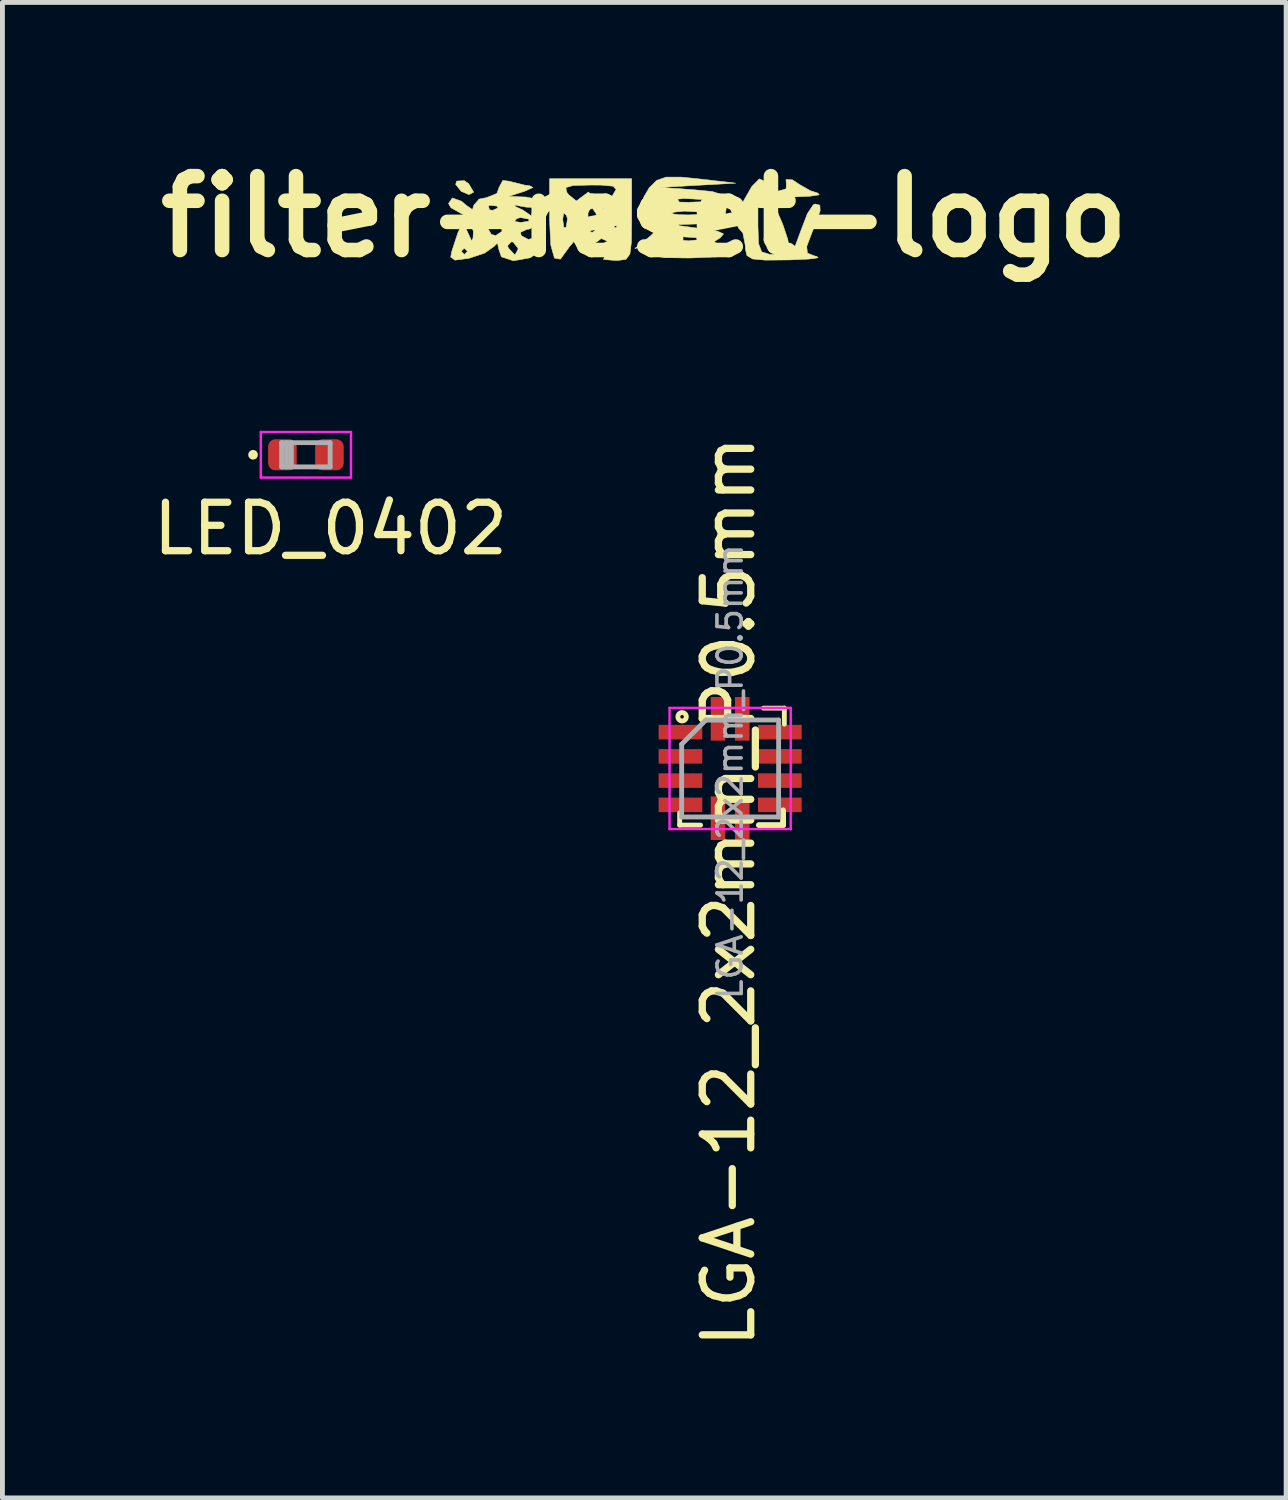
<source format=kicad_pcb>
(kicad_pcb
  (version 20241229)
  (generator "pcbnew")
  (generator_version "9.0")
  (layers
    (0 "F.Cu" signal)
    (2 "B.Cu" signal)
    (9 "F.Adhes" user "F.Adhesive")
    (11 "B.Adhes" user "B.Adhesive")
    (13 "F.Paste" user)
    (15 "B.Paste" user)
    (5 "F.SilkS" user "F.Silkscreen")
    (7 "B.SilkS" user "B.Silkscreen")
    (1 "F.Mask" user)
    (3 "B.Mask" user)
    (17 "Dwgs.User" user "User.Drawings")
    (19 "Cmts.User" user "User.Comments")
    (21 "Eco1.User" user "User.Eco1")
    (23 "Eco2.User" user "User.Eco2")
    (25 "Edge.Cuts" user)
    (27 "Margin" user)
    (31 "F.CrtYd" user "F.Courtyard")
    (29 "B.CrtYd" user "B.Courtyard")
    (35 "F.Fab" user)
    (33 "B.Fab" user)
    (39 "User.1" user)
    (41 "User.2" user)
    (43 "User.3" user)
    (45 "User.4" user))
  (footprint "LED_0402"
    (layer "F.Cu")
    (at 3.26 6.331)
    (property "Reference" "LED_0402" (at 0.508 1.524 0) (layer "F.SilkS") (effects (font (size 1 1) (thickness 0.15))))
    (attr through_hole)
    (fp_circle (center -1.09 0) (end -1.04 0) (stroke (width 0.1) (type solid)) (fill no) (layer "F.SilkS"))
    (fp_line (start -0.93 -0.47) (end 0.93 -0.47) (stroke (width 0.05) (type solid)) (layer "F.CrtYd"))
    (fp_line (start -0.93 0.47) (end -0.93 -0.47) (stroke (width 0.05) (type solid)) (layer "F.CrtYd"))
    (fp_line (start 0.93 -0.47) (end 0.93 0.47) (stroke (width 0.05) (type solid)) (layer "F.CrtYd"))
    (fp_line (start 0.93 0.47) (end -0.93 0.47) (stroke (width 0.05) (type solid)) (layer "F.CrtYd"))
    (fp_line (start -0.5 -0.25) (end 0.5 -0.25) (stroke (width 0.1) (type solid)) (layer "F.Fab"))
    (fp_line (start -0.5 0.25) (end -0.5 -0.25) (stroke (width 0.1) (type solid)) (layer "F.Fab"))
    (fp_line (start -0.4 0.25) (end -0.4 -0.25) (stroke (width 0.1) (type solid)) (layer "F.Fab"))
    (fp_line (start -0.3 0.25) (end -0.3 -0.25) (stroke (width 0.1) (type solid)) (layer "F.Fab"))
    (fp_line (start 0.5 -0.25) (end 0.5 0.25) (stroke (width 0.1) (type solid)) (layer "F.Fab"))
    (fp_line (start 0.5 0.25) (end -0.5 0.25) (stroke (width 0.1) (type solid)) (layer "F.Fab"))
    (pad "A" smd roundrect (at -0.485 0) (size 0.59 0.64) (layers "F.Cu" "F.Mask" "F.Paste") (roundrect_rratio 0.25))
    (pad "K" smd roundrect (at 0.485 0) (size 0.59 0.64) (layers "F.Cu" "F.Mask" "F.Paste") (roundrect_rratio 0.25)))
  (footprint "LGA-12_2x2mm_P0.5mm"
    (layer "F.Cu")
    (at 12.011 12.802)
    (property "Reference" "LGA-12_2x2mm_P0.5mm" (at -0.03 2.54 90) (layer "F.SilkS") (effects (font (size 1 1) (thickness 0.15))))
    (attr smd)
    (fp_line (start -1.041 0.914) (end -1.041 1.168) (stroke (width 0.1) (type solid)) (layer "F.SilkS"))
    (fp_line (start -1.041 1.168) (end -0.61 1.168) (stroke (width 0.1) (type solid)) (layer "F.SilkS"))
    (fp_line (start 1.092 0.864) (end 1.092 1.168) (stroke (width 0.12) (type solid)) (layer "F.SilkS"))
    (fp_line (start 1.092 1.168) (end 0.592 1.168) (stroke (width 0.12) (type solid)) (layer "F.SilkS"))
    (fp_line (start 1.118 -1.245) (end 0.686 -1.245) (stroke (width 0.1) (type solid)) (layer "F.SilkS"))
    (fp_line (start 1.118 -0.914) (end 1.118 -1.245) (stroke (width 0.1) (type solid)) (layer "F.SilkS"))
    (fp_circle (center -0.991 -1.067) (end -0.965 -1.041) (stroke (width 0.1) (type solid)) (fill no) (layer "F.SilkS"))
    (fp_line (start -1.25 -1.25) (end 1.25 -1.25) (stroke (width 0.05) (type solid)) (layer "F.CrtYd"))
    (fp_line (start -1.25 1.25) (end -1.25 -1.25) (stroke (width 0.05) (type solid)) (layer "F.CrtYd"))
    (fp_line (start 1.25 -1.25) (end 1.25 1.25) (stroke (width 0.05) (type solid)) (layer "F.CrtYd"))
    (fp_line (start 1.25 1.25) (end -1.25 1.25) (stroke (width 0.05) (type solid)) (layer "F.CrtYd"))
    (fp_line (start -1 -0.5) (end -0.5 -1) (stroke (width 0.1) (type solid)) (layer "F.Fab"))
    (fp_line (start -1 1) (end -1 -0.5) (stroke (width 0.1) (type solid)) (layer "F.Fab"))
    (fp_line (start -0.5 -1) (end 1 -1) (stroke (width 0.1) (type solid)) (layer "F.Fab"))
    (fp_line (start 1 -1) (end 1 1) (stroke (width 0.1) (type solid)) (layer "F.Fab"))
    (fp_line (start 1 1) (end -1 1) (stroke (width 0.1) (type solid)) (layer "F.Fab"))
    (fp_text user "${REFERENCE}" (at 0 0.068 90) (layer "F.Fab") (effects (font (size 0.5 0.5) (thickness 0.075))))
    (pad "1" smd rect (at -1.025 -0.75) (size 0.9 0.3) (layers "F.Cu" "F.Mask" "F.Paste"))
    (pad "2" smd rect (at -1.025 -0.25) (size 0.9 0.3) (layers "F.Cu" "F.Mask" "F.Paste"))
    (pad "3" smd rect (at -1.025 0.25) (size 0.9 0.3) (layers "F.Cu" "F.Mask" "F.Paste"))
    (pad "4" smd rect (at -1.025 0.75) (size 0.9 0.3) (layers "F.Cu" "F.Mask" "F.Paste"))
    (pad "5" smd rect (at -0.25 1.025 90) (size 0.9 0.3) (layers "F.Cu" "F.Mask" "F.Paste"))
    (pad "6" smd rect (at 0.25 1.025 90) (size 0.9 0.3) (layers "F.Cu" "F.Mask" "F.Paste"))
    (pad "7" smd rect (at 1.025 0.75) (size 0.9 0.3) (layers "F.Cu" "F.Mask" "F.Paste"))
    (pad "8" smd rect (at 1.025 0.25) (size 0.9 0.3) (layers "F.Cu" "F.Mask" "F.Paste"))
    (pad "9" smd rect (at 1.025 -0.25) (size 0.9 0.3) (layers "F.Cu" "F.Mask" "F.Paste"))
    (pad "10" smd rect (at 1.025 -0.75) (size 0.9 0.3) (layers "F.Cu" "F.Mask" "F.Paste"))
    (pad "11" smd rect (at 0.25 -1.025 90) (size 0.9 0.3) (layers "F.Cu" "F.Mask" "F.Paste"))
    (pad "12" smd rect (at -0.25 -1.025 90) (size 0.9 0.3) (layers "F.Cu" "F.Mask" "F.Paste")))
  (footprint "filter-reset-logo"
    (layer "F.Cu")
    (at 10.24 1.418)
    (property "Reference" "filter-reset-logo" (at 0 0 0) (layer "F.SilkS") (effects (font (size 1.524 1.524) (thickness 0.3))))
    (attr through_hole)
    (fp_poly (pts (xy -3.621 -0.677) (xy -3.52 -0.504) (xy -3.617 -0.453) (xy -3.777 -0.521) (xy -3.891 -0.665) (xy -3.869 -0.733) (xy -3.711 -0.741) (xy -3.621 -0.677)) (stroke (width 0.01) (type solid)) (fill yes) (layer "F.SilkS"))
    (fp_poly (pts (xy 2.729 -0.134) (xy 2.853 0.15) (xy 2.96 0.469) (xy 2.985 0.612) (xy 2.933 0.65) (xy 2.887 0.651) (xy 2.782 0.54) (xy 2.662 0.265) (xy 2.639 0.195) (xy 2.571 -0.139) (xy 2.614 -0.251) (xy 2.729 -0.134)) (stroke (width 0.01) (type solid)) (fill yes) (layer "F.SilkS"))
    (fp_poly (pts (xy 2.464 -0.738) (xy 2.475 -0.651) (xy 2.584 -0.546) (xy 2.743 -0.521) (xy 2.923 -0.571) (xy 2.931 -0.651) (xy 2.923 -0.766) (xy 3.056 -0.759) (xy 3.198 -0.664) (xy 3.422 -0.536) (xy 3.582 -0.484) (xy 3.608 -0.449) (xy 3.415 -0.42) (xy 3.094 -0.406) (xy 2.345 -0.391) (xy 2.345 0.195) (xy 2.357 0.556) (xy 2.422 0.727) (xy 2.586 0.778) (xy 2.715 0.782) (xy 2.965 0.745) (xy 3.119 0.59) (xy 3.241 0.261) (xy 3.365 -0.062) (xy 3.487 -0.245) (xy 3.522 -0.261) (xy 3.622 -0.236) (xy 3.628 -0.121) (xy 3.535 0.143) (xy 3.462 0.322) (xy 3.351 0.616) (xy 3.365 0.753) (xy 3.517 0.813) (xy 3.559 0.821) (xy 3.585 0.85) (xy 3.392 0.876) (xy 3.02 0.893) (xy 2.963 0.894) (xy 2.498 0.898) (xy 2.234 0.874) (xy 2.116 0.802) (xy 2.085 0.663) (xy 2.084 0.597) (xy 2.033 0.337) (xy 1.942 0.235) (xy 1.893 0.092) (xy 2.006 -0.243) (xy 2.032 -0.297) (xy 2.218 -0.622) (xy 2.373 -0.778) (xy 2.464 -0.738)) (stroke (width 0.01) (type solid)) (fill yes) (layer "F.SilkS"))
    (fp_poly (pts (xy -0.261 0.065) (xy -0.265 0.52) (xy -0.296 0.772) (xy -0.377 0.881) (xy -0.535 0.904) (xy -0.619 0.903) (xy -0.841 0.884) (xy -0.822 0.836) (xy -0.736 0.799) (xy -0.573 0.703) (xy -0.647 0.58) (xy -0.692 0.541) (xy -0.888 0.451) (xy -0.977 0.521) (xy -1.113 0.594) (xy -1.24 0.519) (xy -1.405 0.461) (xy -1.552 0.63) (xy -1.559 0.643) (xy -1.73 0.878) (xy -1.853 0.858) (xy -1.929 0.586) (xy -1.954 0.065) (xy -1.954 0.054) (xy -1.683 0.054) (xy -1.659 0.223) (xy -1.615 0.225) (xy -1.59 0.086) (xy -1.232 0.086) (xy -1.185 0.268) (xy -1.076 0.326) (xy -1.02 0.291) (xy -0.962 0.085) (xy -0.969 0.054) (xy -0.641 0.054) (xy -0.617 0.223) (xy -0.573 0.225) (xy -0.541 0.051) (xy -0.562 -0.024) (xy -0.62 -0.074) (xy -0.641 0.054) (xy -0.969 0.054) (xy -0.991 -0.054) (xy -1.087 -0.197) (xy -1.178 -0.12) (xy -1.232 0.086) (xy -1.59 0.086) (xy -1.584 0.051) (xy -1.604 -0.024) (xy -1.662 -0.074) (xy -1.683 0.054) (xy -1.954 0.054) (xy -1.954 -0.598) (xy -1.618 -0.598) (xy -1.598 -0.501) (xy -1.558 -0.45) (xy -1.401 -0.322) (xy -1.275 -0.417) (xy -1.275 -0.417) (xy -1.153 -0.507) (xy -1.01 -0.369) (xy -1.007 -0.364) (xy -0.882 -0.197) (xy -0.847 -0.169) (xy -0.771 -0.279) (xy -0.664 -0.423) (xy -0.582 -0.56) (xy -0.643 -0.627) (xy -0.894 -0.65) (xy -1.107 -0.651) (xy -1.47 -0.641) (xy -1.618 -0.598) (xy -1.954 -0.598) (xy -1.954 -0.782) (xy -0.261 -0.782) (xy -0.261 0.065)) (stroke (width 0.01) (type solid)) (fill yes) (layer "F.SilkS"))
    (fp_poly (pts (xy 0.769 -0.814) (xy 1.107 -0.78) (xy 1.889 -0.69) (xy 1.107 -0.646) (xy 0.326 -0.603) (xy 1.009 -0.555) (xy 1.409 -0.516) (xy 1.613 -0.448) (xy 1.686 -0.316) (xy 1.693 -0.189) (xy 1.664 0.014) (xy 1.529 0.111) (xy 1.217 0.147) (xy 1.14 0.15) (xy 0.586 0.169) (xy 1.172 0.248) (xy 1.516 0.302) (xy 1.635 0.357) (xy 1.565 0.438) (xy 1.498 0.48) (xy 1.317 0.603) (xy 1.369 0.68) (xy 1.522 0.741) (xy 1.587 0.799) (xy 1.404 0.836) (xy 0.968 0.853) (xy 0.891 0.854) (xy 0.441 0.847) (xy 0.217 0.816) (xy 0.235 0.766) (xy 0.248 0.761) (xy 0.487 0.635) (xy 0.483 0.554) (xy 0.254 0.557) (xy 0.163 0.575) (xy -0.195 0.658) (xy 0.024 0.482) (xy 0.733 0.482) (xy 0.912 0.5) (xy 1.097 0.48) (xy 1.075 0.435) (xy 0.808 0.418) (xy 0.749 0.435) (xy 0.733 0.482) (xy 0.024 0.482) (xy 0.13 0.397) (xy 0.306 0.222) (xy 0.309 0.135) (xy 0.293 0.133) (xy 0.147 0.026) (xy 0.13 -0.054) (xy 0.128 -0.06) (xy 0.557 -0.06) (xy 0.721 -0.039) (xy 0.912 -0.035) (xy 1.194 -0.046) (xy 1.271 -0.072) (xy 1.205 -0.092) (xy 0.825 -0.113) (xy 0.619 -0.092) (xy 0.557 -0.06) (xy 0.128 -0.06) (xy 0.057 -0.249) (xy 0.006 -0.282) (xy -0.000289 -0.32) (xy 0.557 -0.32) (xy 0.721 -0.3) (xy 0.912 -0.296) (xy 1.194 -0.306) (xy 1.271 -0.332) (xy 1.205 -0.352) (xy 0.825 -0.374) (xy 0.619 -0.352) (xy 0.557 -0.32) (xy -0.000289 -0.32) (xy -0.014 -0.398) (xy 0.104 -0.598) (xy 0.258 -0.748) (xy 0.453 -0.815) (xy 0.769 -0.814)) (stroke (width 0.01) (type solid)) (fill yes) (layer "F.SilkS"))
    (fp_poly (pts (xy -2.79 -0.73) (xy -2.471 -0.65) (xy -2.367 -0.638) (xy -2.297 -0.601) (xy -2.467 -0.524) (xy -2.475 -0.521) (xy -2.801 -0.417) (xy -2.442 -0.404) (xy -2.182 -0.353) (xy -2.084 -0.258) (xy -2.194 -0.183) (xy -2.442 -0.196) (xy -2.674 -0.237) (xy -2.665 -0.21) (xy -2.507 -0.137) (xy -2.276 0.022) (xy -2.225 0.176) (xy -2.371 0.258) (xy -2.417 0.261) (xy -2.552 0.325) (xy -2.539 0.393) (xy -2.388 0.472) (xy -2.345 0.456) (xy -2.187 0.481) (xy -2.142 0.533) (xy -2.149 0.71) (xy -2.354 0.85) (xy -2.692 0.91) (xy -2.703 0.91) (xy -2.947 0.83) (xy -2.998 0.684) (xy -3.016 0.601) (xy -2.821 0.601) (xy -2.801 0.651) (xy -2.683 0.776) (xy -2.663 0.782) (xy -2.607 0.681) (xy -2.605 0.651) (xy -2.705 0.526) (xy -2.743 0.521) (xy -2.821 0.601) (xy -3.016 0.601) (xy -3.029 0.545) (xy -3.102 0.617) (xy -3.293 0.753) (xy -3.612 0.859) (xy -3.623 0.861) (xy -3.904 0.898) (xy -3.993 0.836) (xy -3.975 0.733) (xy -3.97 0.716) (xy -3.777 0.716) (xy -3.712 0.782) (xy -3.647 0.716) (xy -3.712 0.651) (xy -3.777 0.716) (xy -3.97 0.716) (xy -3.849 0.346) (xy -3.772 0.17) (xy -3.715 0.171) (xy -3.649 0.311) (xy -3.642 0.326) (xy -3.56 0.504) (xy -3.532 0.435) (xy -3.526 0.302) (xy -3.565 0.195) (xy -3.256 0.195) (xy -3.154 0.368) (xy -3.065 0.391) (xy -2.934 0.304) (xy -2.949 0.195) (xy -3.02 0.099) (xy -2.679 0.099) (xy -2.551 0.12) (xy -2.382 0.096) (xy -2.38 0.052) (xy -2.554 0.02) (xy -2.63 0.041) (xy -2.679 0.099) (xy -3.02 0.099) (xy -3.077 0.023) (xy -3.14 0) (xy -3.243 0.106) (xy -3.256 0.195) (xy -3.565 0.195) (xy -3.627 0.027) (xy -3.777 -0.065) (xy -3.988 -0.182) (xy -4.038 -0.269) (xy -3.96 -0.384) (xy -3.771 -0.318) (xy -3.673 -0.234) (xy -3.544 -0.144) (xy -3.522 -0.217) (xy -3.213 -0.217) (xy -3.195 -0.14) (xy -3.126 -0.13) (xy -3.019 -0.178) (xy -3.039 -0.217) (xy -3.194 -0.233) (xy -3.213 -0.217) (xy -3.522 -0.217) (xy -3.517 -0.234) (xy -3.408 -0.361) (xy -3.256 -0.391) (xy -3.04 -0.478) (xy -2.996 -0.6) (xy -2.918 -0.747) (xy -2.79 -0.73)) (stroke (width 0.01) (type solid)) (fill yes) (layer "F.SilkS")))
  (gr_rect
    (start -3 -3)
    (end 23.48 27.848)
    (stroke (width 0.1) (type default))
    (fill no)
    (layer "Edge.Cuts")))
</source>
